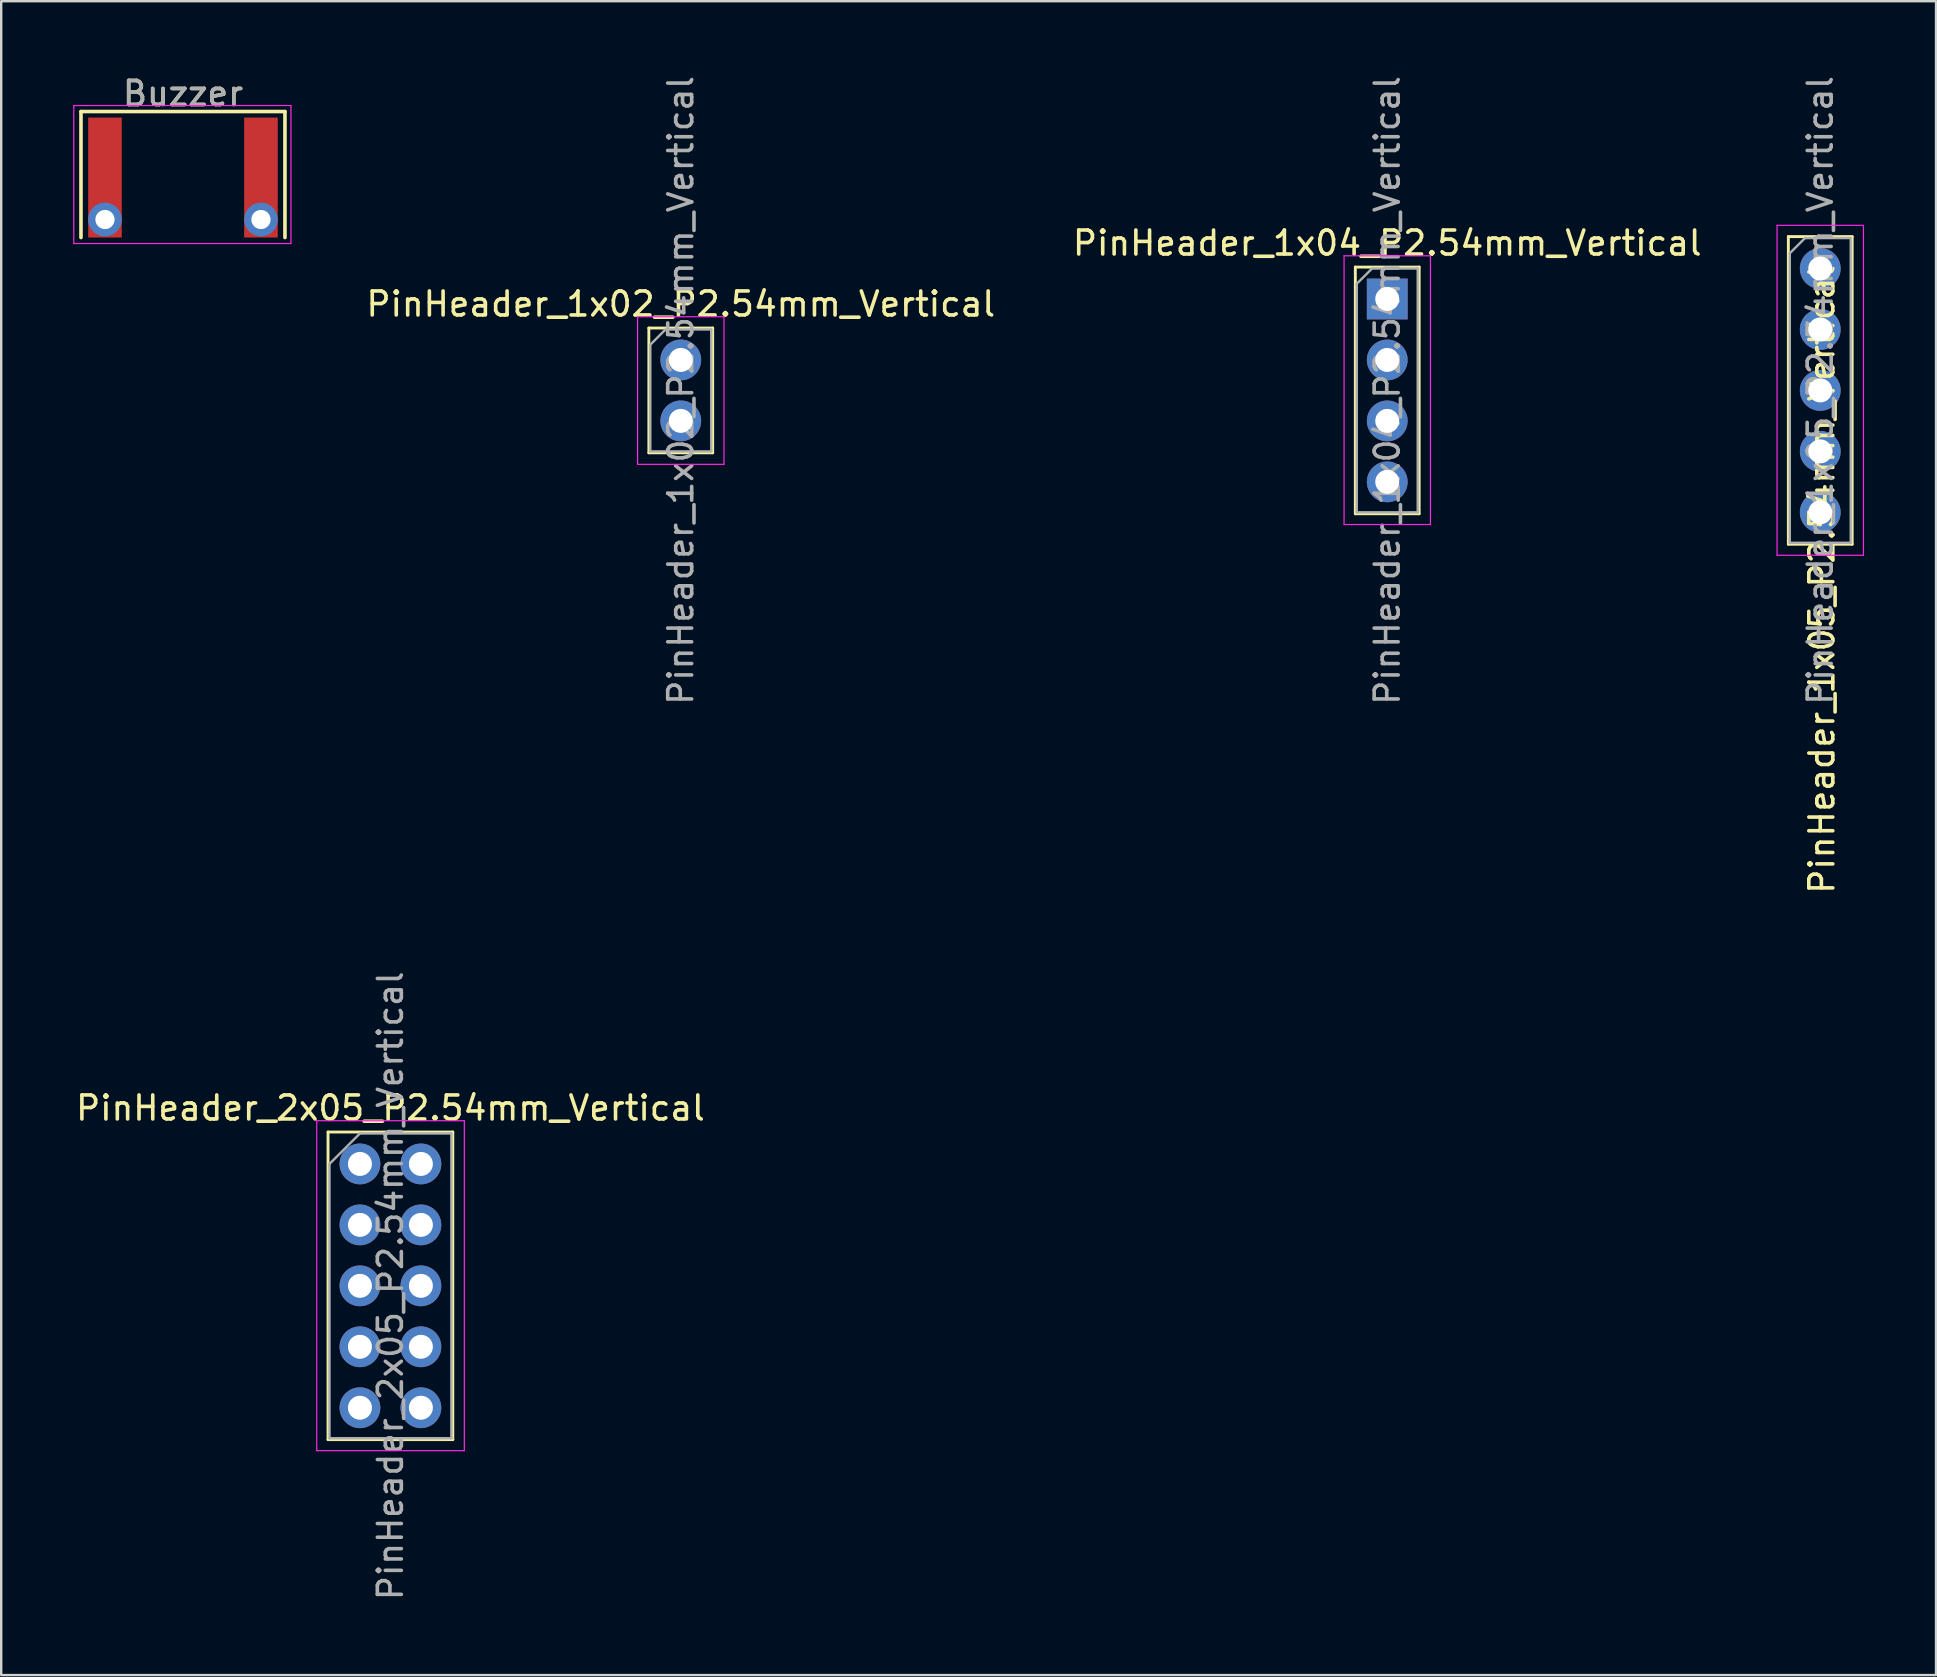
<source format=kicad_pcb>
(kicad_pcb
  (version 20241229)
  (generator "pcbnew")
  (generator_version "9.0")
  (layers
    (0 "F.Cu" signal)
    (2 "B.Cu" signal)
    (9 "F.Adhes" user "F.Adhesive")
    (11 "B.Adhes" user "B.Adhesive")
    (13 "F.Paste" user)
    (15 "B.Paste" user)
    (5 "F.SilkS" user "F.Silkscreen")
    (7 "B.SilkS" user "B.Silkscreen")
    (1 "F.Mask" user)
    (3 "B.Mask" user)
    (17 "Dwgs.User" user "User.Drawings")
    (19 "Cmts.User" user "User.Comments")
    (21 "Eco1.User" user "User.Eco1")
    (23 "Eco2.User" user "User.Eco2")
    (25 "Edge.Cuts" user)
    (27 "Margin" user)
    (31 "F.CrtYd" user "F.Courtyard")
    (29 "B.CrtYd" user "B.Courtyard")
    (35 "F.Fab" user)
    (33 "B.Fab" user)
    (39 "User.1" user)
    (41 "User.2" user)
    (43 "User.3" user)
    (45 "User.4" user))
  (footprint "PinHeader_1x04_P2.54mm_Vertical"
    (layer "F.Cu")
    (at 54.761 9.41)
    (property "Reference" "PinHeader_1x04_P2.54mm_Vertical" (at 0 -2.33 0) (layer "F.SilkS") (effects (font (size 1 1) (thickness 0.15))))
    (attr through_hole)
    (fp_line (start -1.33 -1.33) (end -1.33 8.95) (stroke (width 0.12) (type solid)) (layer "F.SilkS"))
    (fp_line (start -1.33 -1.33) (end 1.33 -1.33) (stroke (width 0.12) (type solid)) (layer "F.SilkS"))
    (fp_line (start -1.33 8.95) (end 1.33 8.95) (stroke (width 0.12) (type solid)) (layer "F.SilkS"))
    (fp_line (start 1.33 -1.33) (end 1.33 8.95) (stroke (width 0.12) (type solid)) (layer "F.SilkS"))
    (fp_line (start -1.8 -1.8) (end -1.8 9.4) (stroke (width 0.05) (type solid)) (layer "F.CrtYd"))
    (fp_line (start -1.8 9.4) (end 1.8 9.4) (stroke (width 0.05) (type solid)) (layer "F.CrtYd"))
    (fp_line (start 1.8 -1.8) (end -1.8 -1.8) (stroke (width 0.05) (type solid)) (layer "F.CrtYd"))
    (fp_line (start 1.8 9.4) (end 1.8 -1.8) (stroke (width 0.05) (type solid)) (layer "F.CrtYd"))
    (fp_line (start -1.27 -0.635) (end -0.635 -1.27) (stroke (width 0.1) (type solid)) (layer "F.Fab"))
    (fp_line (start -1.27 8.89) (end -1.27 -0.635) (stroke (width 0.1) (type solid)) (layer "F.Fab"))
    (fp_line (start -0.635 -1.27) (end 1.27 -1.27) (stroke (width 0.1) (type solid)) (layer "F.Fab"))
    (fp_line (start 1.27 -1.27) (end 1.27 8.89) (stroke (width 0.1) (type solid)) (layer "F.Fab"))
    (fp_line (start 1.27 8.89) (end -1.27 8.89) (stroke (width 0.1) (type solid)) (layer "F.Fab"))
    (fp_text user "${REFERENCE}" (at 0 3.81 90) (layer "F.Fab") (effects (font (size 1 1) (thickness 0.15))))
    (pad "1" thru_hole rect (at 0 0) (size 1.7 1.7) (drill 1) (layers "*.Cu" "*.Mask"))
    (pad "2" thru_hole oval (at 0 2.54) (size 1.7 1.7) (drill 1) (layers "*.Cu" "*.Mask"))
    (pad "3" thru_hole oval (at 0 5.08) (size 1.7 1.7) (drill 1) (layers "*.Cu" "*.Mask"))
    (pad "4" thru_hole oval (at 0 7.62) (size 1.7 1.7) (drill 1) (layers "*.Cu" "*.Mask")))
  (footprint "PinHeader_1x02_P2.54mm_Vertical"
    (layer "F.Cu")
    (at 25.32 11.95)
    (property "Reference" "PinHeader_1x02_P2.54mm_Vertical" (at 0 -2.33 0) (layer "F.SilkS") (effects (font (size 1 1) (thickness 0.15))))
    (attr through_hole)
    (fp_line (start -1.33 -1.33) (end -1.33 3.87) (stroke (width 0.12) (type solid)) (layer "F.SilkS"))
    (fp_line (start -1.33 -1.33) (end 1.33 -1.33) (stroke (width 0.12) (type solid)) (layer "F.SilkS"))
    (fp_line (start -1.33 3.87) (end 1.33 3.87) (stroke (width 0.12) (type solid)) (layer "F.SilkS"))
    (fp_line (start 1.33 -1.33) (end 1.33 3.87) (stroke (width 0.12) (type solid)) (layer "F.SilkS"))
    (fp_line (start -1.8 -1.8) (end -1.8 4.35) (stroke (width 0.05) (type solid)) (layer "F.CrtYd"))
    (fp_line (start -1.8 4.35) (end 1.8 4.35) (stroke (width 0.05) (type solid)) (layer "F.CrtYd"))
    (fp_line (start 1.8 -1.8) (end -1.8 -1.8) (stroke (width 0.05) (type solid)) (layer "F.CrtYd"))
    (fp_line (start 1.8 4.35) (end 1.8 -1.8) (stroke (width 0.05) (type solid)) (layer "F.CrtYd"))
    (fp_line (start -1.27 -0.635) (end -0.635 -1.27) (stroke (width 0.1) (type solid)) (layer "F.Fab"))
    (fp_line (start -1.27 3.81) (end -1.27 -0.635) (stroke (width 0.1) (type solid)) (layer "F.Fab"))
    (fp_line (start -0.635 -1.27) (end 1.27 -1.27) (stroke (width 0.1) (type solid)) (layer "F.Fab"))
    (fp_line (start 1.27 -1.27) (end 1.27 3.81) (stroke (width 0.1) (type solid)) (layer "F.Fab"))
    (fp_line (start 1.27 3.81) (end -1.27 3.81) (stroke (width 0.1) (type solid)) (layer "F.Fab"))
    (fp_text user "${REFERENCE}" (at 0 1.27 90) (layer "F.Fab") (effects (font (size 1 1) (thickness 0.15))))
    (pad "1" thru_hole circle (at 0 0) (size 1.7 1.7) (drill 1) (layers "*.Cu" "*.Mask"))
    (pad "2" thru_hole oval (at 0 2.54) (size 1.7 1.7) (drill 1) (layers "*.Cu" "*.Mask")))
  (footprint "PinHeader_2x05_P2.54mm_Vertical"
    (layer "F.Cu")
    (at 11.95 45.455)
    (property "Reference" "PinHeader_2x05_P2.54mm_Vertical" (at 1.27 -2.33 0) (layer "F.SilkS") (effects (font (size 1 1) (thickness 0.15))))
    (attr through_hole)
    (fp_line (start -1.33 -1.33) (end -1.33 11.49) (stroke (width 0.12) (type solid)) (layer "F.SilkS"))
    (fp_line (start -1.33 -1.33) (end 3.87 -1.33) (stroke (width 0.12) (type solid)) (layer "F.SilkS"))
    (fp_line (start -1.33 11.49) (end 3.87 11.49) (stroke (width 0.12) (type solid)) (layer "F.SilkS"))
    (fp_line (start 3.87 -1.33) (end 3.87 11.49) (stroke (width 0.12) (type solid)) (layer "F.SilkS"))
    (fp_line (start -1.8 -1.8) (end -1.8 11.95) (stroke (width 0.05) (type solid)) (layer "F.CrtYd"))
    (fp_line (start -1.8 11.95) (end 4.35 11.95) (stroke (width 0.05) (type solid)) (layer "F.CrtYd"))
    (fp_line (start 4.35 -1.8) (end -1.8 -1.8) (stroke (width 0.05) (type solid)) (layer "F.CrtYd"))
    (fp_line (start 4.35 11.95) (end 4.35 -1.8) (stroke (width 0.05) (type solid)) (layer "F.CrtYd"))
    (fp_line (start -1.27 0) (end 0 -1.27) (stroke (width 0.1) (type solid)) (layer "F.Fab"))
    (fp_line (start -1.27 11.43) (end -1.27 0) (stroke (width 0.1) (type solid)) (layer "F.Fab"))
    (fp_line (start 0 -1.27) (end 3.81 -1.27) (stroke (width 0.1) (type solid)) (layer "F.Fab"))
    (fp_line (start 3.81 -1.27) (end 3.81 11.43) (stroke (width 0.1) (type solid)) (layer "F.Fab"))
    (fp_line (start 3.81 11.43) (end -1.27 11.43) (stroke (width 0.1) (type solid)) (layer "F.Fab"))
    (fp_text user "${REFERENCE}" (at 1.27 5.08 90) (layer "F.Fab") (effects (font (size 1 1) (thickness 0.15))))
    (pad "1" thru_hole circle (at 0 0) (size 1.7 1.7) (drill 1) (layers "*.Cu" "*.Mask"))
    (pad "2" thru_hole oval (at 2.54 0) (size 1.7 1.7) (drill 1) (layers "*.Cu" "*.Mask"))
    (pad "3" thru_hole oval (at 0 2.54) (size 1.7 1.7) (drill 1) (layers "*.Cu" "*.Mask"))
    (pad "4" thru_hole oval (at 2.54 2.54) (size 1.7 1.7) (drill 1) (layers "*.Cu" "*.Mask"))
    (pad "5" thru_hole oval (at 0 5.08) (size 1.7 1.7) (drill 1) (layers "*.Cu" "*.Mask"))
    (pad "6" thru_hole oval (at 2.54 5.08) (size 1.7 1.7) (drill 1) (layers "*.Cu" "*.Mask"))
    (pad "7" thru_hole oval (at 0 7.62) (size 1.7 1.7) (drill 1) (layers "*.Cu" "*.Mask"))
    (pad "8" thru_hole oval (at 2.54 7.62) (size 1.7 1.7) (drill 1) (layers "*.Cu" "*.Mask"))
    (pad "9" thru_hole oval (at 0 10.16) (size 1.7 1.7) (drill 1) (layers "*.Cu" "*.Mask"))
    (pad "10" thru_hole oval (at 2.54 10.16) (size 1.7 1.7) (drill 1) (layers "*.Cu" "*.Mask")))
  (footprint "PinHeader_1x05_P2.54mm_Vertical"
    (layer "F.Cu")
    (at 72.806 8.14)
    (property "Reference" "PinHeader_1x05_P2.54mm_Vertical" (at 0.068 12.954 90) (layer "F.SilkS") (effects (font (size 1 1) (thickness 0.15))))
    (attr through_hole)
    (fp_line (start -1.33 -1.33) (end -1.33 11.49) (stroke (width 0.12) (type solid)) (layer "F.SilkS"))
    (fp_line (start -1.33 -1.33) (end 1.33 -1.33) (stroke (width 0.12) (type solid)) (layer "F.SilkS"))
    (fp_line (start -1.33 11.49) (end 1.33 11.49) (stroke (width 0.12) (type solid)) (layer "F.SilkS"))
    (fp_line (start 1.33 -1.33) (end 1.33 11.49) (stroke (width 0.12) (type solid)) (layer "F.SilkS"))
    (fp_line (start -1.8 -1.8) (end -1.8 11.95) (stroke (width 0.05) (type solid)) (layer "F.CrtYd"))
    (fp_line (start -1.8 11.95) (end 1.8 11.95) (stroke (width 0.05) (type solid)) (layer "F.CrtYd"))
    (fp_line (start 1.8 -1.8) (end -1.8 -1.8) (stroke (width 0.05) (type solid)) (layer "F.CrtYd"))
    (fp_line (start 1.8 11.95) (end 1.8 -1.8) (stroke (width 0.05) (type solid)) (layer "F.CrtYd"))
    (fp_line (start -1.27 -0.635) (end -0.635 -1.27) (stroke (width 0.1) (type solid)) (layer "F.Fab"))
    (fp_line (start -1.27 11.43) (end -1.27 -0.635) (stroke (width 0.1) (type solid)) (layer "F.Fab"))
    (fp_line (start -0.635 -1.27) (end 1.27 -1.27) (stroke (width 0.1) (type solid)) (layer "F.Fab"))
    (fp_line (start 1.27 -1.27) (end 1.27 11.43) (stroke (width 0.1) (type solid)) (layer "F.Fab"))
    (fp_line (start 1.27 11.43) (end -1.27 11.43) (stroke (width 0.1) (type solid)) (layer "F.Fab"))
    (fp_text user "${REFERENCE}" (at 0 5.08 270) (layer "F.Fab") (effects (font (size 1 1) (thickness 0.15))))
    (pad "1" thru_hole circle (at 0 0) (size 1.7 1.7) (drill 1) (layers "*.Cu" "*.Mask"))
    (pad "2" thru_hole oval (at 0 2.54) (size 1.7 1.7) (drill 1) (layers "*.Cu" "*.Mask"))
    (pad "3" thru_hole oval (at 0 5.08) (size 1.7 1.7) (drill 1) (layers "*.Cu" "*.Mask"))
    (pad "4" thru_hole oval (at 0 7.62) (size 1.7 1.7) (drill 1) (layers "*.Cu" "*.Mask"))
    (pad "5" thru_hole oval (at 0 10.16) (size 1.7 1.7) (drill 1) (layers "*.Cu" "*.Mask")))
  (footprint "Buzzer"
    (layer "F.Cu")
    (at 1.325 6.098)
    (property "Reference" "Buzzer" (at 3.25 -5.25 0) (layer "F.SilkS") (effects (font (size 1 1) (thickness 0.15))))
    (attr exclude_from_pos_files exclude_from_bom)
    (fp_line (start -1 -4.5) (end 7.5 -4.5) (stroke (width 0.15) (type solid)) (layer "F.SilkS"))
    (fp_line (start -1 0.75) (end -1 -4.5) (stroke (width 0.15) (type solid)) (layer "F.SilkS"))
    (fp_line (start 7.5 -4.5) (end 7.5 0.75) (stroke (width 0.15) (type solid)) (layer "F.SilkS"))
    (fp_line (start -1.3 -4.75) (end -1.3 1) (stroke (width 0.05) (type solid)) (layer "F.CrtYd"))
    (fp_line (start -1.3 1) (end 7.75 1) (stroke (width 0.05) (type solid)) (layer "F.CrtYd"))
    (fp_line (start 7.75 -4.75) (end -1.3 -4.75) (stroke (width 0.05) (type solid)) (layer "F.CrtYd"))
    (fp_line (start 7.75 1) (end 7.75 -4.75) (stroke (width 0.05) (type solid)) (layer "F.CrtYd"))
    (fp_text user "${REFERENCE}" (at 3.25 -5.25 0) (layer "F.Fab") (effects (font (size 1 1) (thickness 0.15))))
    (pad "1" smd rect (at 0 -1.75) (size 1.4 5) (layers "F.Cu" "F.Mask"))
    (pad "1" thru_hole circle (at 0 0) (size 1.4 1.4) (drill 0.8) (layers "*.Cu" "*.Mask"))
    (pad "2" smd rect (at 6.5 -1.75) (size 1.4 5) (layers "F.Cu" "F.Mask"))
    (pad "2" thru_hole circle (at 6.5 0) (size 1.4 1.4) (drill 0.8) (layers "*.Cu" "*.Mask")))
  (gr_rect
    (start -3 -3)
    (end 77.631 66.755)
    (stroke (width 0.1) (type default))
    (fill no)
    (layer "Edge.Cuts")))
</source>
